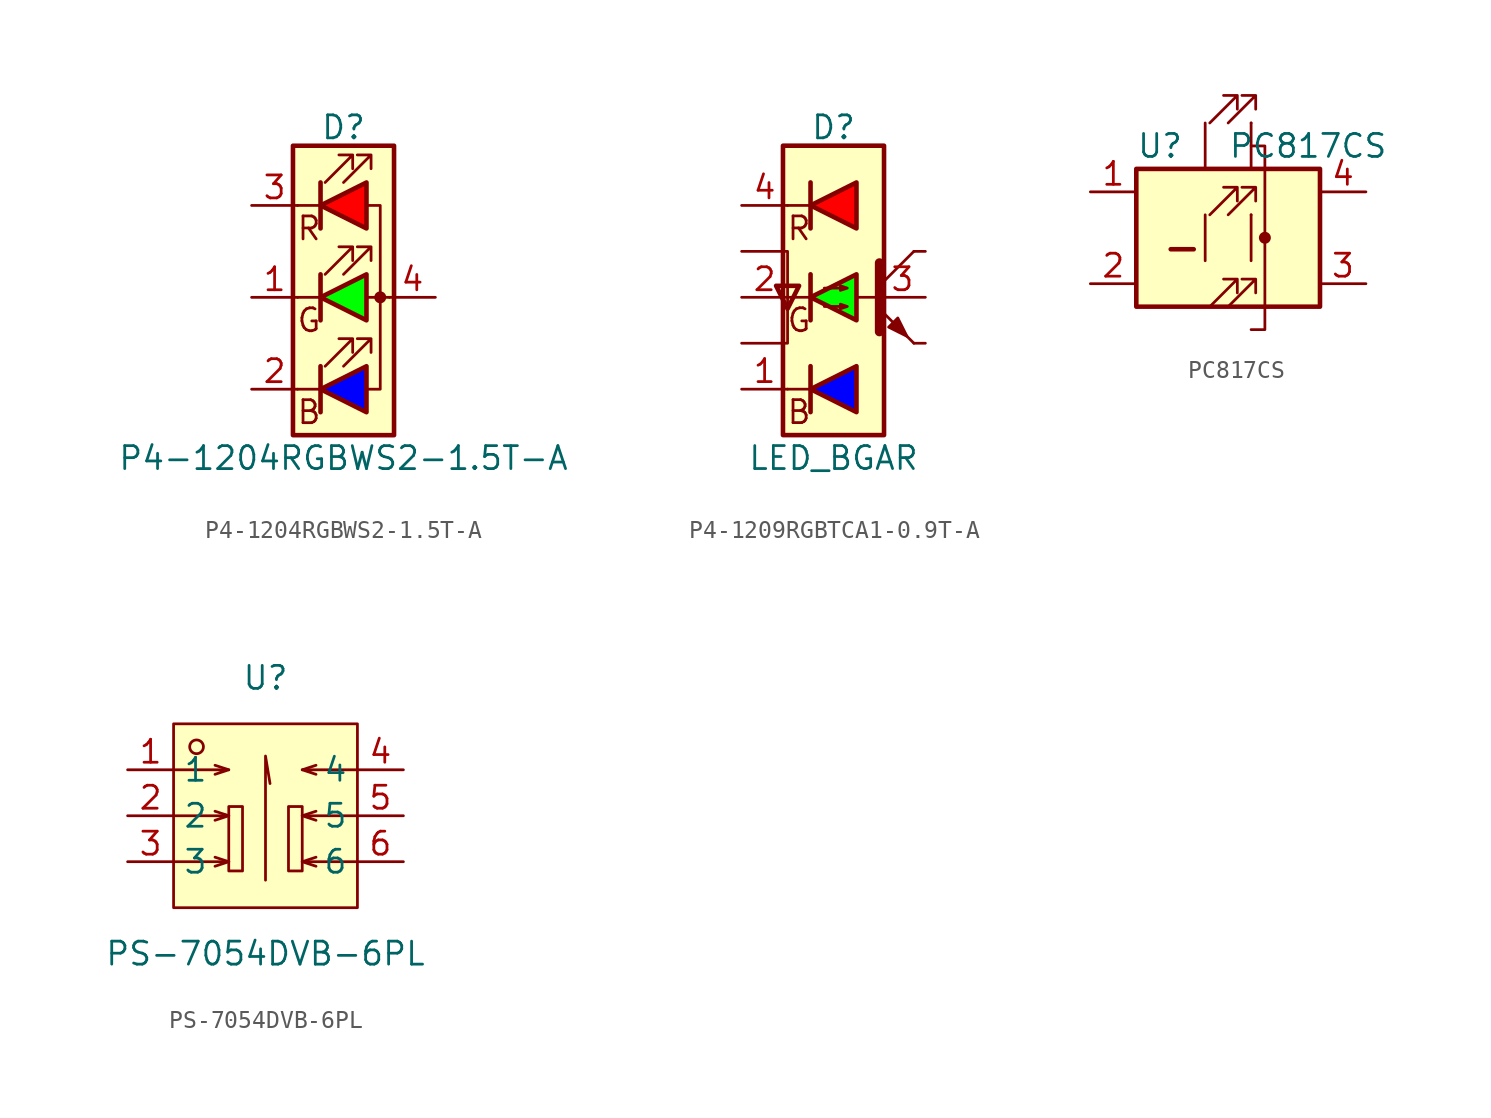
<source format=kicad_sym>
(kicad_symbol_lib
  (version 20231120)
  (generator "kicad_symbol_editor")
  (generator_version "8.0")
  (symbol "P4-1204RGBWS2-1.5T-A"
    (pin_names
      (offset 0) hide)
    (property "Reference" "D"
      (at 0 9.398 0)
      (effects (font (size 1.27 1.27))))
    (property "Value" "P4-1204RGBWS2-1.5T-A"
      (at 0 -8.89 0)
      (effects (font (size 1.27 1.27))))
    (symbol "P4-1204RGBWS2-1.5T-A_0_0"
      (text "B" (at -1.905 -6.35 0) (effects (font (size 1.27 1.27))))
      (text "G" (at -1.905 -1.27 0) (effects (font (size 1.27 1.27))))
      (text "R" (at -1.905 3.81 0) (effects (font (size 1.27 1.27)))))
    (symbol "P4-1204RGBWS2-1.5T-A_0_1"
      (polyline (pts (xy -1.27 -5.08) (xy -2.54 -5.08)) (stroke (width 0) (type default)) (fill (type none)))
      (polyline (pts (xy -1.27 -3.81) (xy -1.27 -6.35)) (stroke (width 0.254) (type default)) (fill (type none)))
      (polyline (pts (xy -1.27 0) (xy -2.54 0)) (stroke (width 0) (type default)) (fill (type none)))
      (polyline (pts (xy -1.27 1.27) (xy -1.27 -1.27)) (stroke (width 0.254) (type default)) (fill (type none)))
      (polyline (pts (xy -1.27 5.08) (xy -2.54 5.08)) (stroke (width 0) (type default)) (fill (type none)))
      (polyline (pts (xy -1.27 6.35) (xy -1.27 3.81)) (stroke (width 0.254) (type default)) (fill (type none)))
      (polyline (pts (xy 1.27 0) (xy 2.54 0)) (stroke (width 0) (type default)) (fill (type none)))
      (polyline (pts (xy -1.27 1.27) (xy -1.27 -1.27) (xy -1.27 -1.27)) (stroke (width 0) (type default)) (fill (type none)))
      (polyline (pts (xy -1.27 6.35) (xy -1.27 3.81) (xy -1.27 3.81)) (stroke (width 0) (type default)) (fill (type none)))
      (polyline (pts (xy 1.27 -5.08) (xy 2.032 -5.08) (xy 2.032 5.08) (xy 1.27 5.08)) (stroke (width 0) (type default)) (fill (type none)))
      (polyline (pts (xy -1.016 -3.81) (xy 0.508 -2.286) (xy -0.254 -2.286) (xy 0.508 -2.286) (xy 0.508 -3.048)) (stroke (width 0) (type default)) (fill (type none)))
      (polyline (pts (xy -1.016 1.27) (xy 0.508 2.794) (xy -0.254 2.794) (xy 0.508 2.794) (xy 0.508 2.032)) (stroke (width 0) (type default)) (fill (type none)))
      (polyline (pts (xy -1.016 6.35) (xy 0.508 7.874) (xy -0.254 7.874) (xy 0.508 7.874) (xy 0.508 7.112)) (stroke (width 0) (type default)) (fill (type none)))
      (polyline (pts (xy 0 -3.81) (xy 1.524 -2.286) (xy 0.762 -2.286) (xy 1.524 -2.286) (xy 1.524 -3.048)) (stroke (width 0) (type default)) (fill (type none)))
      (polyline (pts (xy 0 1.27) (xy 1.524 2.794) (xy 0.762 2.794) (xy 1.524 2.794) (xy 1.524 2.032)) (stroke (width 0) (type default)) (fill (type none)))
      (polyline (pts (xy 0 6.35) (xy 1.524 7.874) (xy 0.762 7.874) (xy 1.524 7.874) (xy 1.524 7.112)) (stroke (width 0) (type default)) (fill (type none)))
      (rectangle (start 1.27 -1.27) (end 1.27 1.27) (stroke (width 0) (type default)) (fill (type none)))
      (rectangle (start 1.27 1.27) (end 1.27 1.27) (stroke (width 0) (type default)) (fill (type none)))
      (rectangle (start 1.27 3.81) (end 1.27 6.35) (stroke (width 0) (type default)) (fill (type none)))
      (rectangle (start 1.27 6.35) (end 1.27 6.35) (stroke (width 0) (type default)) (fill (type none)))
      (circle (center 2.032 0) (radius 0.254) (stroke (width 0) (type default)) (fill (type outline)))
      (rectangle (start 2.794 8.382) (end -2.794 -7.62) (stroke (width 0.254) (type default)) (fill (type background))))
    (symbol "P4-1204RGBWS2-1.5T-A_1_1"
      (polyline (pts (xy 1.27 -3.81) (xy 1.27 -6.35) (xy -1.27 -5.08) (xy 1.27 -3.81)) (stroke (width 0.254) (type default)) (fill (type color) (color 0 0 255 1)))
      (polyline (pts (xy 1.27 1.27) (xy 1.27 -1.27) (xy -1.27 0) (xy 1.27 1.27)) (stroke (width 0.254) (type default)) (fill (type color) (color 0 255 0 1)))
      (polyline (pts (xy 1.27 6.35) (xy 1.27 3.81) (xy -1.27 5.08) (xy 1.27 6.35)) (stroke (width 0.254) (type default)) (fill (type color) (color 255 0 0 1)))
      (pin passive line (at -5.08 0 0) (length 2.54) (name "GK" (effects (font (size 1.27 1.27)))) (number "1" (effects (font (size 1.27 1.27)))))
      (pin passive line (at -5.08 -5.08 0) (length 2.54) (name "BK" (effects (font (size 1.27 1.27)))) (number "2" (effects (font (size 1.27 1.27)))))
      (pin passive line (at -5.08 5.08 0) (length 2.54) (name "RK" (effects (font (size 1.27 1.27)))) (number "3" (effects (font (size 1.27 1.27)))))
      (pin passive line (at 5.08 0 180) (length 2.54) (name "A" (effects (font (size 1.27 1.27)))) (number "4" (effects (font (size 1.27 1.27)))))))
  (symbol "P4-1209RGBTCA1-0.9T-A"
    (pin_names
      (offset 0) hide)
    (property "Reference" "D"
      (at 0 9.398 0)
      (effects (font (size 1.27 1.27))))
    (property "Value" "LED_BGAR"
      (at 0 -8.89 0)
      (effects (font (size 1.27 1.27))))
    (symbol "P4-1209RGBTCA1-0.9T-A_0_0"
      (text "B" (at -1.905 -6.35 0) (effects (font (size 1.27 1.27))))
      (text "G" (at -1.905 -1.27 0) (effects (font (size 1.27 1.27))))
      (text "R" (at -1.905 3.81 0) (effects (font (size 1.27 1.27)))))
    (symbol "P4-1209RGBTCA1-0.9T-A_0_1"
      (rectangle (start -2.794 8.382) (end 2.794 -7.62) (stroke (width 0.254) (type default)) (fill (type background)))
      (polyline (pts (xy -1.27 -5.08) (xy -2.54 -5.08)) (stroke (width 0) (type default)) (fill (type none)))
      (polyline (pts (xy -1.27 -3.81) (xy -1.27 -6.35)) (stroke (width 0.254) (type default)) (fill (type none)))
      (polyline (pts (xy -1.27 0) (xy -2.54 0)) (stroke (width 0) (type default)) (fill (type none)))
      (polyline (pts (xy -1.27 1.27) (xy -1.27 -1.27)) (stroke (width 0.254) (type default)) (fill (type none)))
      (polyline (pts (xy -1.27 5.08) (xy -2.54 5.08)) (stroke (width 0) (type default)) (fill (type none)))
      (polyline (pts (xy -1.27 6.35) (xy -1.27 3.81)) (stroke (width 0.254) (type default)) (fill (type none)))
      (polyline (pts (xy 1.27 0) (xy 2.54 0)) (stroke (width 0) (type default)) (fill (type none)))
      (polyline (pts (xy 2.54 0.635) (xy 4.445 2.54)) (stroke (width 0) (type default)) (fill (type none)))
      (polyline (pts (xy 4.445 -2.54) (xy 2.54 -0.635)) (stroke (width 0) (type default)) (fill (type outline)))
      (polyline (pts (xy 4.445 -2.54) (xy 5.08 -2.54)) (stroke (width 0) (type default)) (fill (type none)))
      (polyline (pts (xy 4.445 2.54) (xy 5.08 2.54)) (stroke (width 0) (type default)) (fill (type none)))
      (polyline (pts (xy -5.08 2.54) (xy -2.54 2.54) (xy -2.54 -0.635)) (stroke (width 0) (type default)) (fill (type none)))
      (polyline (pts (xy -2.54 -0.635) (xy -2.54 -2.54) (xy -5.08 -2.54)) (stroke (width 0) (type default)) (fill (type none)))
      (polyline (pts (xy 2.54 1.905) (xy 2.54 -1.905) (xy 2.54 -1.905)) (stroke (width 0.508) (type default)) (fill (type none)))
      (polyline (pts (xy -2.54 -0.635) (xy -3.175 0.635) (xy -1.905 0.635) (xy -2.54 -0.635)) (stroke (width 0.254) (type default)) (fill (type none)))
      (polyline (pts (xy -0.508 -0.508) (xy 0.762 -0.508) (xy 0.381 -0.635) (xy 0.381 -0.381) (xy 0.762 -0.508)) (stroke (width 0) (type default)) (fill (type none)))
      (polyline (pts (xy -0.508 0.508) (xy 0.762 0.508) (xy 0.381 0.381) (xy 0.381 0.635) (xy 0.762 0.508)) (stroke (width 0) (type default)) (fill (type none)))
      (polyline (pts (xy 3.048 -1.651) (xy 3.556 -1.143) (xy 4.064 -2.159) (xy 3.048 -1.651) (xy 3.048 -1.651)) (stroke (width 0) (type default)) (fill (type outline))))
    (symbol "P4-1209RGBTCA1-0.9T-A_1_1"
      (polyline (pts (xy 1.27 -3.81) (xy 1.27 -6.35) (xy -1.27 -5.08) (xy 1.27 -3.81)) (stroke (width 0.254) (type default)) (fill (type color) (color 0 0 255 1)))
      (polyline (pts (xy 1.27 1.27) (xy 1.27 -1.27) (xy -1.27 0) (xy 1.27 1.27)) (stroke (width 0.254) (type default)) (fill (type color) (color 0 255 0 1)))
      (polyline (pts (xy 1.27 6.35) (xy 1.27 3.81) (xy -1.27 5.08) (xy 1.27 6.35)) (stroke (width 0.254) (type default)) (fill (type color) (color 255 0 0 1)))
      (pin passive line (at -5.08 -5.08 0) (length 2.54) (name "BK" (effects (font (size 1.27 1.27)))) (number "1" (effects (font (size 1.27 1.27)))))
      (pin passive line (at -5.08 0 0) (length 2.54) (name "GK" (effects (font (size 1.27 1.27)))) (number "2" (effects (font (size 1.27 1.27)))))
      (pin passive line (at 5.08 0 180) (length 2.54) (name "A" (effects (font (size 1.27 1.27)))) (number "3" (effects (font (size 1.27 1.27)))))
      (pin passive line (at -5.08 5.08 0) (length 2.54) (name "RK" (effects (font (size 1.27 1.27)))) (number "4" (effects (font (size 1.27 1.27)))))))
  (symbol "PC817CS"
    (pin_names
      (offset 1.016))
    (property "Reference" "U"
      (at -5.08 5.08 0)
      (effects (font (size 1.27 1.27)) (justify left)))
    (property "Value" "PC817CS"
      (at 0 5.08 0)
      (effects (font (size 1.27 1.27)) (justify left)))
    (symbol "PC817CS_0_1"
      (rectangle (start -5.08 3.81) (end 5.08 -3.81) (stroke (width 0.254) (type default)) (fill (type background)))
      (polyline (pts (xy -3.175 -0.635) (xy -1.905 -0.635)) (stroke (width 0.254) (type default)) (fill (type none)))
      (polyline (pts (xy -1.27 1.27) (xy -1.27 -1.27) (xy -1.27 -1.27)) (stroke (width 0) (type default)) (fill (type none)))
      (polyline (pts (xy -1.27 6.35) (xy -1.27 3.81) (xy -1.27 3.81)) (stroke (width 0) (type default)) (fill (type none)))
      (polyline (pts (xy 1.27 -5.08) (xy 2.032 -5.08) (xy 2.032 5.08) (xy 1.27 5.08)) (stroke (width 0) (type default)) (fill (type none)))
      (polyline (pts (xy -1.016 -3.81) (xy 0.508 -2.286) (xy -0.254 -2.286) (xy 0.508 -2.286) (xy 0.508 -3.048)) (stroke (width 0) (type default)) (fill (type none)))
      (polyline (pts (xy -1.016 1.27) (xy 0.508 2.794) (xy -0.254 2.794) (xy 0.508 2.794) (xy 0.508 2.032)) (stroke (width 0) (type default)) (fill (type none)))
      (polyline (pts (xy -1.016 6.35) (xy 0.508 7.874) (xy -0.254 7.874) (xy 0.508 7.874) (xy 0.508 7.112)) (stroke (width 0) (type default)) (fill (type none)))
      (polyline (pts (xy 0 -3.81) (xy 1.524 -2.286) (xy 0.762 -2.286) (xy 1.524 -2.286) (xy 1.524 -3.048)) (stroke (width 0) (type default)) (fill (type none)))
      (polyline (pts (xy 0 1.27) (xy 1.524 2.794) (xy 0.762 2.794) (xy 1.524 2.794) (xy 1.524 2.032)) (stroke (width 0) (type default)) (fill (type none)))
      (polyline (pts (xy 0 6.35) (xy 1.524 7.874) (xy 0.762 7.874) (xy 1.524 7.874) (xy 1.524 7.112)) (stroke (width 0) (type default)) (fill (type none)))
      (rectangle (start 1.27 -1.27) (end 1.27 1.27) (stroke (width 0) (type default)) (fill (type none)))
      (rectangle (start 1.27 1.27) (end 1.27 1.27) (stroke (width 0) (type default)) (fill (type none)))
      (rectangle (start 1.27 3.81) (end 1.27 6.35) (stroke (width 0) (type default)) (fill (type none)))
      (rectangle (start 1.27 6.35) (end 1.27 6.35) (stroke (width 0) (type default)) (fill (type none)))
      (circle (center 2.032 0) (radius 0.254) (stroke (width 0) (type default)) (fill (type outline))))
    (symbol "PC817CS_1_1"
      (pin passive line (at -7.62 2.54 0) (length 2.54) (name "~" (effects (font (size 1.27 1.27)))) (number "1" (effects (font (size 1.27 1.27)))))
      (pin passive line (at -7.62 -2.54 0) (length 2.54) (name "~" (effects (font (size 1.27 1.27)))) (number "2" (effects (font (size 1.27 1.27)))))
      (pin passive line (at 7.62 -2.54 180) (length 2.54) (name "~" (effects (font (size 1.27 1.27)))) (number "3" (effects (font (size 1.27 1.27)))))
      (pin passive line (at 7.62 2.54 180) (length 2.54) (name "~" (effects (font (size 1.27 1.27)))) (number "4" (effects (font (size 1.27 1.27)))))))
  (symbol "PS-7054DVB-6PL"
    (property "Reference" "U"
      (at 0 7.62 0)
      (effects (font (size 1.27 1.27))))
    (property "Value" "PS-7054DVB-6PL"
      (at 0 -7.62 0)
      (effects (font (size 1.27 1.27))))
    (symbol "PS-7054DVB-6PL_0_1"
      (rectangle (start -5.08 5.08) (end 5.08 -5.08) (stroke (width 0) (type default)) (fill (type background)))
      (circle (center -3.81 3.81) (radius 0.38) (stroke (width 0) (type default)) (fill (type none)))
      (rectangle (start -2.03 0.51) (end -1.27 -3.05) (stroke (width 0) (type default)) (fill (type background)))
      (polyline (pts (xy -2.03 -2.54) (xy -2.79 -2.29)) (stroke (width 0) (type default)) (fill (type none)))
      (polyline (pts (xy -2.03 0) (xy -2.79 0.25)) (stroke (width 0) (type default)) (fill (type none)))
      (polyline (pts (xy -2.03 2.54) (xy -2.79 2.79)) (stroke (width 0) (type default)) (fill (type none)))
      (polyline (pts (xy 2.03 -2.54) (xy 2.79 -2.29)) (stroke (width 0) (type default)) (fill (type none)))
      (polyline (pts (xy 2.03 0) (xy 2.79 0.25)) (stroke (width 0) (type default)) (fill (type none)))
      (polyline (pts (xy 2.03 2.54) (xy 2.79 2.79)) (stroke (width 0) (type default)) (fill (type none)))
      (polyline (pts (xy -5.08 -2.54) (xy -2.03 -2.54) (xy -2.79 -2.79)) (stroke (width 0) (type default)) (fill (type none)))
      (polyline (pts (xy -5.08 0) (xy -2.03 0) (xy -2.79 -0.25)) (stroke (width 0) (type default)) (fill (type none)))
      (polyline (pts (xy -5.08 2.54) (xy -2.03 2.54) (xy -2.79 2.29)) (stroke (width 0) (type default)) (fill (type none)))
      (polyline (pts (xy 0 -3.56) (xy 0 3.3) (xy 0.25 1.78)) (stroke (width 0) (type default)) (fill (type none)))
      (polyline (pts (xy 5.08 -2.54) (xy 2.03 -2.54) (xy 2.79 -2.79)) (stroke (width 0) (type default)) (fill (type none)))
      (polyline (pts (xy 5.08 0) (xy 2.03 0) (xy 2.79 -0.25)) (stroke (width 0) (type default)) (fill (type none)))
      (polyline (pts (xy 5.08 2.54) (xy 2.03 2.54) (xy 2.79 2.29)) (stroke (width 0) (type default)) (fill (type none)))
      (rectangle (start 1.27 0.51) (end 2.03 -3.05) (stroke (width 0) (type default)) (fill (type background)))
      (pin unspecified line (at -7.62 2.54 0) (length 2.54) (name "1" (effects (font (size 1.27 1.27)))) (number "1" (effects (font (size 1.27 1.27)))))
      (pin unspecified line (at -7.62 0 0) (length 2.54) (name "2" (effects (font (size 1.27 1.27)))) (number "2" (effects (font (size 1.27 1.27)))))
      (pin unspecified line (at -7.62 -2.54 0) (length 2.54) (name "3" (effects (font (size 1.27 1.27)))) (number "3" (effects (font (size 1.27 1.27)))))
      (pin unspecified line (at 7.62 2.54 180) (length 2.54) (name "4" (effects (font (size 1.27 1.27)))) (number "4" (effects (font (size 1.27 1.27)))))
      (pin unspecified line (at 7.62 0 180) (length 2.54) (name "5" (effects (font (size 1.27 1.27)))) (number "5" (effects (font (size 1.27 1.27)))))
      (pin unspecified line (at 7.62 -2.54 180) (length 2.54) (name "6" (effects (font (size 1.27 1.27)))) (number "6" (effects (font (size 1.27 1.27))))))))
</source>
